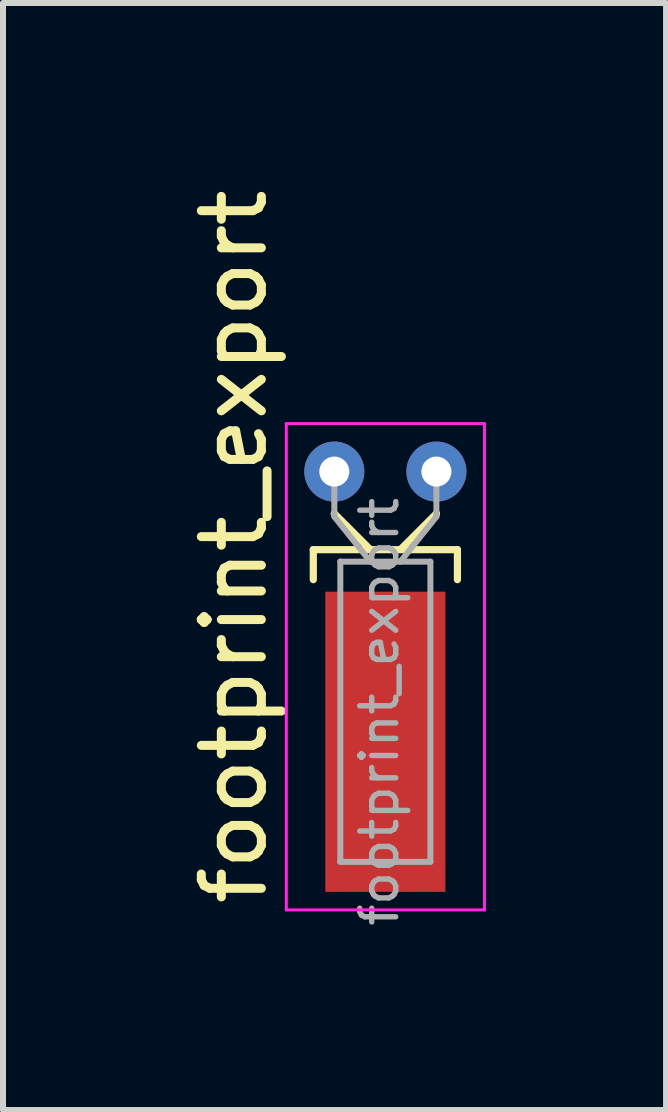
<source format=kicad_pcb>
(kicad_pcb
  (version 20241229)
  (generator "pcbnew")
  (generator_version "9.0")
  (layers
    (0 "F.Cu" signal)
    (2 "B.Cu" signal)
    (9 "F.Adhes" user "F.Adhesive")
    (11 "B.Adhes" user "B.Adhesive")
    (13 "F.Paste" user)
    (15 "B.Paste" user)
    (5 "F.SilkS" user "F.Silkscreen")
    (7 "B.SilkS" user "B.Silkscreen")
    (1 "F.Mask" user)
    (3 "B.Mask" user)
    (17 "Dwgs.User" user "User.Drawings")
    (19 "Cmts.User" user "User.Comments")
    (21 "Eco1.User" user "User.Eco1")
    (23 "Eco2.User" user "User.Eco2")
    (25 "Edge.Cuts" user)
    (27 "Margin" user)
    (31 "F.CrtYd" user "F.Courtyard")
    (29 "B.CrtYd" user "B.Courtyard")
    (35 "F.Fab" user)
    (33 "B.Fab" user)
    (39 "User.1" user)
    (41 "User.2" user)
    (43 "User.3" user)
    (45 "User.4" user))
  (footprint "footprint_export"
    (layer "F.Cu")
    (at 2.518 4.804)
    (property "Reference" "footprint_export" (at -1.67 1.25 90) (layer "F.SilkS") (effects (font (size 1 1) (thickness 0.15))))
    (attr through_hole)
    (fp_line (start -0.35 1.3) (end 2.05 1.3) (stroke (width 0.12) (type solid)) (layer "F.SilkS"))
    (fp_line (start -0.35 1.8) (end -0.35 1.3) (stroke (width 0.12) (type solid)) (layer "F.SilkS"))
    (fp_line (start 0 0.7) (end 0 0.7) (stroke (width 0.12) (type solid)) (layer "F.SilkS"))
    (fp_line (start 0.6 1.3) (end 0 0.7) (stroke (width 0.12) (type solid)) (layer "F.SilkS"))
    (fp_line (start 1.1 1.3) (end 1.7 0.7) (stroke (width 0.12) (type solid)) (layer "F.SilkS"))
    (fp_line (start 1.7 0.7) (end 1.7 0.7) (stroke (width 0.12) (type solid)) (layer "F.SilkS"))
    (fp_line (start 2.05 1.3) (end 2.05 1.8) (stroke (width 0.12) (type solid)) (layer "F.SilkS"))
    (fp_line (start -0.8 -0.8) (end -0.8 7.3) (stroke (width 0.05) (type solid)) (layer "F.CrtYd"))
    (fp_line (start -0.8 7.3) (end 2.5 7.3) (stroke (width 0.05) (type solid)) (layer "F.CrtYd"))
    (fp_line (start 2.5 -0.8) (end -0.8 -0.8) (stroke (width 0.05) (type solid)) (layer "F.CrtYd"))
    (fp_line (start 2.5 7.3) (end 2.5 -0.8) (stroke (width 0.05) (type solid)) (layer "F.CrtYd"))
    (fp_line (start 0 0.75) (end 0 0) (stroke (width 0.1) (type solid)) (layer "F.Fab"))
    (fp_line (start 0.1 1.5) (end 0.1 6.5) (stroke (width 0.1) (type solid)) (layer "F.Fab"))
    (fp_line (start 0.1 6.5) (end 1.6 6.5) (stroke (width 0.1) (type solid)) (layer "F.Fab"))
    (fp_line (start 0.6 1.5) (end 0 0.75) (stroke (width 0.1) (type solid)) (layer "F.Fab"))
    (fp_line (start 1.1 1.5) (end 1.7 0.75) (stroke (width 0.1) (type solid)) (layer "F.Fab"))
    (fp_line (start 1.6 1.5) (end 0.1 1.5) (stroke (width 0.1) (type solid)) (layer "F.Fab"))
    (fp_line (start 1.6 6.5) (end 1.6 1.5) (stroke (width 0.1) (type solid)) (layer "F.Fab"))
    (fp_line (start 1.7 0.75) (end 1.7 0) (stroke (width 0.1) (type solid)) (layer "F.Fab"))
    (fp_text user "${REFERENCE}" (at 0.75 4 90) (layer "F.Fab") (effects (font (size 0.6 0.6) (thickness 0.09))))
    (pad "1" thru_hole circle (at 0 0) (size 1 1) (drill 0.5) (layers "*.Cu" "*.Mask"))
    (pad "2" thru_hole circle (at 1.7 0) (size 1 1) (drill 0.5) (layers "*.Cu" "*.Mask"))
    (pad "3" smd rect (at 0.85 4.5) (size 2 5) (layers "F.Cu" "F.Mask" "F.Paste")))
  (gr_rect
    (start -3 -3)
    (end 8.043 15.436)
    (stroke (width 0.1) (type default))
    (fill no)
    (layer "Edge.Cuts")))
</source>
